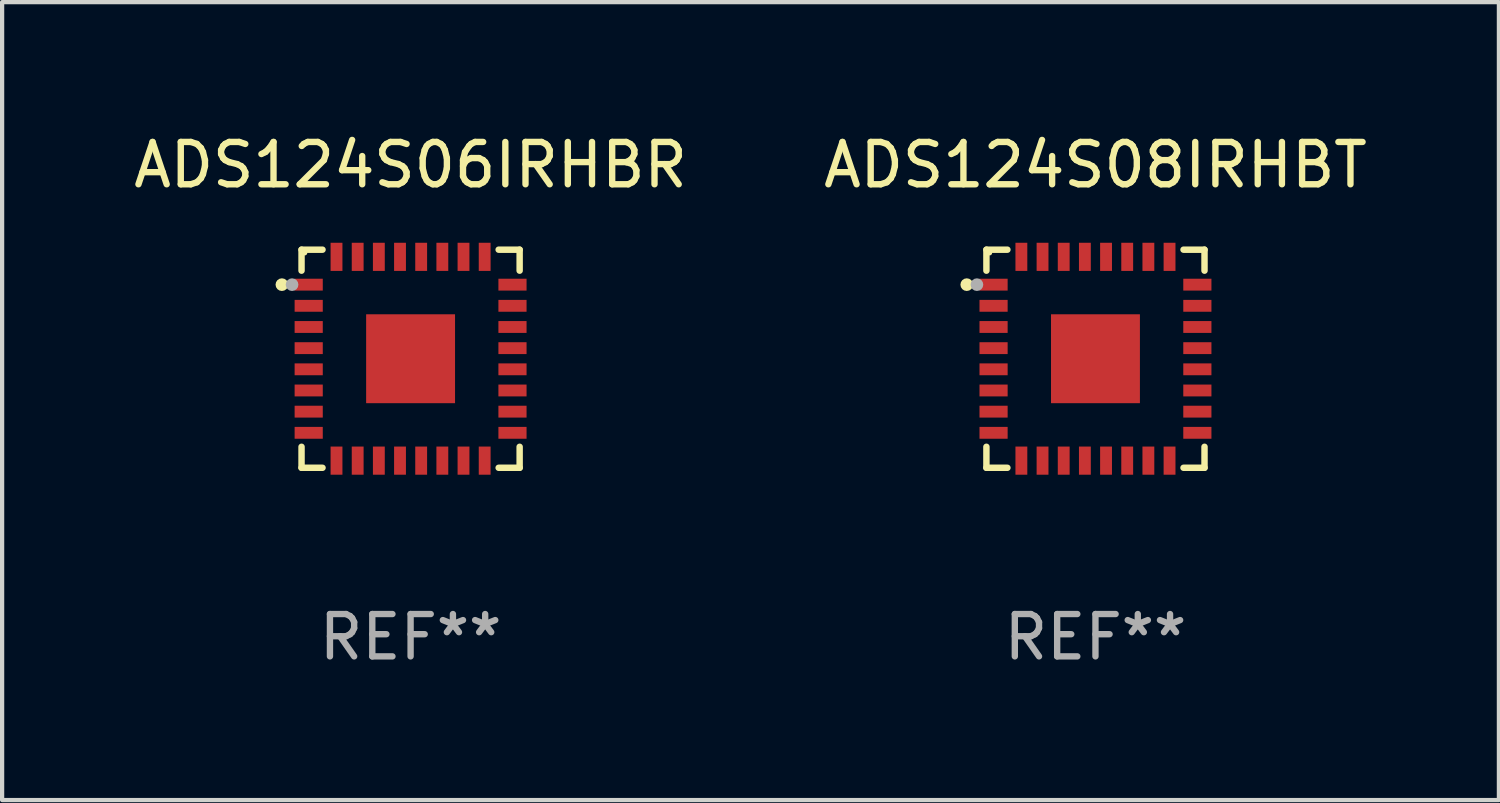
<source format=kicad_pcb>
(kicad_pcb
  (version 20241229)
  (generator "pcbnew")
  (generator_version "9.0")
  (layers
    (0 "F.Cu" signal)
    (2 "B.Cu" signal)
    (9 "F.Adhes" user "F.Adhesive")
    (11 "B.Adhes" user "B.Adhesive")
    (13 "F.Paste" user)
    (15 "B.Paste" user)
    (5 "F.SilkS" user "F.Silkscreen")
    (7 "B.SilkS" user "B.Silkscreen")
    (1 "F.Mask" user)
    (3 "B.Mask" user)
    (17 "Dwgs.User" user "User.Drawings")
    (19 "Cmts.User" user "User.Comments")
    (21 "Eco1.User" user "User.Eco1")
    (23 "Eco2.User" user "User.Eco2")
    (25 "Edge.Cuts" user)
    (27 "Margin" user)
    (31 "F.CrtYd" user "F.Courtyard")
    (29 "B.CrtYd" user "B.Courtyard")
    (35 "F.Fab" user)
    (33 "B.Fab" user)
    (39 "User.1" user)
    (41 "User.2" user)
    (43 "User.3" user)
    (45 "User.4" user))
  (footprint "ADS124S06IRHBR"
    (layer "F.Cu")
    (at 6.649 5.424)
    (property "Reference" "ADS124S06IRHBR" (at 0 -4.576 0) (layer "F.SilkS") (effects (font (size 1 1) (thickness 0.15))))
    (attr through_hole)
    (fp_line (start -2.576 -2.576) (end -2.576 -2.08) (stroke (width 0.152) (type solid)) (layer "F.SilkS"))
    (fp_line (start -2.576 2.576) (end -2.576 2.08) (stroke (width 0.152) (type solid)) (layer "F.SilkS"))
    (fp_line (start -2.08 -2.576) (end -2.576 -2.576) (stroke (width 0.152) (type solid)) (layer "F.SilkS"))
    (fp_line (start -2.08 2.576) (end -2.576 2.576) (stroke (width 0.152) (type solid)) (layer "F.SilkS"))
    (fp_line (start 2.08 -2.576) (end 2.576 -2.576) (stroke (width 0.152) (type solid)) (layer "F.SilkS"))
    (fp_line (start 2.08 2.576) (end 2.576 2.576) (stroke (width 0.152) (type solid)) (layer "F.SilkS"))
    (fp_line (start 2.576 -2.576) (end 2.576 -2.08) (stroke (width 0.152) (type solid)) (layer "F.SilkS"))
    (fp_line (start 2.576 2.576) (end 2.576 2.08) (stroke (width 0.152) (type solid)) (layer "F.SilkS"))
    (fp_circle (center -3.04 -1.75) (end -2.965 -1.75) (stroke (width 0.15) (type solid)) (fill no) (layer "F.SilkS"))
    (fp_circle (center -2.5 -2.5) (end -2.47 -2.5) (stroke (width 0.06) (type solid)) (fill no) (layer "F.SilkS"))
    (fp_circle (center -2.8 -1.75) (end -2.725 -1.75) (stroke (width 0.15) (type solid)) (fill no) (layer "F.Fab"))
    (fp_text user "REF**" (at 0 6.576 0) (layer "F.Fab") (effects (font (size 1 1) (thickness 0.15))))
    (pad "1" smd rect (at -2.407 -1.75) (size 0.665 0.28) (layers "F.Cu" "F.Mask" "F.Paste"))
    (pad "2" smd rect (at -2.407 -1.25) (size 0.665 0.28) (layers "F.Cu" "F.Mask" "F.Paste"))
    (pad "3" smd rect (at -2.407 -0.75) (size 0.665 0.28) (layers "F.Cu" "F.Mask" "F.Paste"))
    (pad "4" smd rect (at -2.407 -0.25) (size 0.665 0.28) (layers "F.Cu" "F.Mask" "F.Paste"))
    (pad "5" smd rect (at -2.407 0.25) (size 0.665 0.28) (layers "F.Cu" "F.Mask" "F.Paste"))
    (pad "6" smd rect (at -2.407 0.75) (size 0.665 0.28) (layers "F.Cu" "F.Mask" "F.Paste"))
    (pad "7" smd rect (at -2.407 1.25) (size 0.665 0.28) (layers "F.Cu" "F.Mask" "F.Paste"))
    (pad "8" smd rect (at -2.407 1.75) (size 0.665 0.28) (layers "F.Cu" "F.Mask" "F.Paste"))
    (pad "9" smd rect (at -1.75 2.407) (size 0.28 0.665) (layers "F.Cu" "F.Mask" "F.Paste"))
    (pad "10" smd rect (at -1.25 2.407) (size 0.28 0.665) (layers "F.Cu" "F.Mask" "F.Paste"))
    (pad "11" smd rect (at -0.75 2.407) (size 0.28 0.665) (layers "F.Cu" "F.Mask" "F.Paste"))
    (pad "12" smd rect (at -0.25 2.407) (size 0.28 0.665) (layers "F.Cu" "F.Mask" "F.Paste"))
    (pad "13" smd rect (at 0.25 2.407) (size 0.28 0.665) (layers "F.Cu" "F.Mask" "F.Paste"))
    (pad "14" smd rect (at 0.75 2.407) (size 0.28 0.665) (layers "F.Cu" "F.Mask" "F.Paste"))
    (pad "15" smd rect (at 1.25 2.407) (size 0.28 0.665) (layers "F.Cu" "F.Mask" "F.Paste"))
    (pad "16" smd rect (at 1.75 2.407) (size 0.28 0.665) (layers "F.Cu" "F.Mask" "F.Paste"))
    (pad "17" smd rect (at 2.407 1.75) (size 0.665 0.28) (layers "F.Cu" "F.Mask" "F.Paste"))
    (pad "18" smd rect (at 2.407 1.25) (size 0.665 0.28) (layers "F.Cu" "F.Mask" "F.Paste"))
    (pad "19" smd rect (at 2.407 0.75) (size 0.665 0.28) (layers "F.Cu" "F.Mask" "F.Paste"))
    (pad "20" smd rect (at 2.407 0.25) (size 0.665 0.28) (layers "F.Cu" "F.Mask" "F.Paste"))
    (pad "21" smd rect (at 2.407 -0.25) (size 0.665 0.28) (layers "F.Cu" "F.Mask" "F.Paste"))
    (pad "22" smd rect (at 2.407 -0.75) (size 0.665 0.28) (layers "F.Cu" "F.Mask" "F.Paste"))
    (pad "23" smd rect (at 2.407 -1.25) (size 0.665 0.28) (layers "F.Cu" "F.Mask" "F.Paste"))
    (pad "24" smd rect (at 2.407 -1.75) (size 0.665 0.28) (layers "F.Cu" "F.Mask" "F.Paste"))
    (pad "25" smd rect (at 1.75 -2.407) (size 0.28 0.665) (layers "F.Cu" "F.Mask" "F.Paste"))
    (pad "26" smd rect (at 1.25 -2.407) (size 0.28 0.665) (layers "F.Cu" "F.Mask" "F.Paste"))
    (pad "27" smd rect (at 0.75 -2.407) (size 0.28 0.665) (layers "F.Cu" "F.Mask" "F.Paste"))
    (pad "28" smd rect (at 0.25 -2.407) (size 0.28 0.665) (layers "F.Cu" "F.Mask" "F.Paste"))
    (pad "29" smd rect (at -0.25 -2.407) (size 0.28 0.665) (layers "F.Cu" "F.Mask" "F.Paste"))
    (pad "30" smd rect (at -0.75 -2.407) (size 0.28 0.665) (layers "F.Cu" "F.Mask" "F.Paste"))
    (pad "31" smd rect (at -1.25 -2.407) (size 0.28 0.665) (layers "F.Cu" "F.Mask" "F.Paste"))
    (pad "32" smd rect (at -1.75 -2.407) (size 0.28 0.665) (layers "F.Cu" "F.Mask" "F.Paste"))
    (pad "33" smd rect (at 0 0) (size 2.1 2.1) (layers "F.Cu" "F.Mask" "F.Paste")))
  (footprint "ADS124S08IRHBT"
    (layer "F.Cu")
    (at 22.827 5.424)
    (property "Reference" "ADS124S08IRHBT" (at 0 -4.576 0) (layer "F.SilkS") (effects (font (size 1 1) (thickness 0.15))))
    (attr through_hole)
    (fp_line (start -2.576 -2.576) (end -2.576 -2.08) (stroke (width 0.152) (type solid)) (layer "F.SilkS"))
    (fp_line (start -2.576 2.576) (end -2.576 2.08) (stroke (width 0.152) (type solid)) (layer "F.SilkS"))
    (fp_line (start -2.08 -2.576) (end -2.576 -2.576) (stroke (width 0.152) (type solid)) (layer "F.SilkS"))
    (fp_line (start -2.08 2.576) (end -2.576 2.576) (stroke (width 0.152) (type solid)) (layer "F.SilkS"))
    (fp_line (start 2.08 -2.576) (end 2.576 -2.576) (stroke (width 0.152) (type solid)) (layer "F.SilkS"))
    (fp_line (start 2.08 2.576) (end 2.576 2.576) (stroke (width 0.152) (type solid)) (layer "F.SilkS"))
    (fp_line (start 2.576 -2.576) (end 2.576 -2.08) (stroke (width 0.152) (type solid)) (layer "F.SilkS"))
    (fp_line (start 2.576 2.576) (end 2.576 2.08) (stroke (width 0.152) (type solid)) (layer "F.SilkS"))
    (fp_circle (center -3.04 -1.75) (end -2.965 -1.75) (stroke (width 0.15) (type solid)) (fill no) (layer "F.SilkS"))
    (fp_circle (center -2.5 -2.5) (end -2.47 -2.5) (stroke (width 0.06) (type solid)) (fill no) (layer "F.SilkS"))
    (fp_circle (center -2.8 -1.75) (end -2.725 -1.75) (stroke (width 0.15) (type solid)) (fill no) (layer "F.Fab"))
    (fp_text user "REF**" (at 0 6.576 0) (layer "F.Fab") (effects (font (size 1 1) (thickness 0.15))))
    (pad "1" smd rect (at -2.407 -1.75) (size 0.665 0.28) (layers "F.Cu" "F.Mask" "F.Paste"))
    (pad "2" smd rect (at -2.407 -1.25) (size 0.665 0.28) (layers "F.Cu" "F.Mask" "F.Paste"))
    (pad "3" smd rect (at -2.407 -0.75) (size 0.665 0.28) (layers "F.Cu" "F.Mask" "F.Paste"))
    (pad "4" smd rect (at -2.407 -0.25) (size 0.665 0.28) (layers "F.Cu" "F.Mask" "F.Paste"))
    (pad "5" smd rect (at -2.407 0.25) (size 0.665 0.28) (layers "F.Cu" "F.Mask" "F.Paste"))
    (pad "6" smd rect (at -2.407 0.75) (size 0.665 0.28) (layers "F.Cu" "F.Mask" "F.Paste"))
    (pad "7" smd rect (at -2.407 1.25) (size 0.665 0.28) (layers "F.Cu" "F.Mask" "F.Paste"))
    (pad "8" smd rect (at -2.407 1.75) (size 0.665 0.28) (layers "F.Cu" "F.Mask" "F.Paste"))
    (pad "9" smd rect (at -1.75 2.407) (size 0.28 0.665) (layers "F.Cu" "F.Mask" "F.Paste"))
    (pad "10" smd rect (at -1.25 2.407) (size 0.28 0.665) (layers "F.Cu" "F.Mask" "F.Paste"))
    (pad "11" smd rect (at -0.75 2.407) (size 0.28 0.665) (layers "F.Cu" "F.Mask" "F.Paste"))
    (pad "12" smd rect (at -0.25 2.407) (size 0.28 0.665) (layers "F.Cu" "F.Mask" "F.Paste"))
    (pad "13" smd rect (at 0.25 2.407) (size 0.28 0.665) (layers "F.Cu" "F.Mask" "F.Paste"))
    (pad "14" smd rect (at 0.75 2.407) (size 0.28 0.665) (layers "F.Cu" "F.Mask" "F.Paste"))
    (pad "15" smd rect (at 1.25 2.407) (size 0.28 0.665) (layers "F.Cu" "F.Mask" "F.Paste"))
    (pad "16" smd rect (at 1.75 2.407) (size 0.28 0.665) (layers "F.Cu" "F.Mask" "F.Paste"))
    (pad "17" smd rect (at 2.407 1.75) (size 0.665 0.28) (layers "F.Cu" "F.Mask" "F.Paste"))
    (pad "18" smd rect (at 2.407 1.25) (size 0.665 0.28) (layers "F.Cu" "F.Mask" "F.Paste"))
    (pad "19" smd rect (at 2.407 0.75) (size 0.665 0.28) (layers "F.Cu" "F.Mask" "F.Paste"))
    (pad "20" smd rect (at 2.407 0.25) (size 0.665 0.28) (layers "F.Cu" "F.Mask" "F.Paste"))
    (pad "21" smd rect (at 2.407 -0.25) (size 0.665 0.28) (layers "F.Cu" "F.Mask" "F.Paste"))
    (pad "22" smd rect (at 2.407 -0.75) (size 0.665 0.28) (layers "F.Cu" "F.Mask" "F.Paste"))
    (pad "23" smd rect (at 2.407 -1.25) (size 0.665 0.28) (layers "F.Cu" "F.Mask" "F.Paste"))
    (pad "24" smd rect (at 2.407 -1.75) (size 0.665 0.28) (layers "F.Cu" "F.Mask" "F.Paste"))
    (pad "25" smd rect (at 1.75 -2.407) (size 0.28 0.665) (layers "F.Cu" "F.Mask" "F.Paste"))
    (pad "26" smd rect (at 1.25 -2.407) (size 0.28 0.665) (layers "F.Cu" "F.Mask" "F.Paste"))
    (pad "27" smd rect (at 0.75 -2.407) (size 0.28 0.665) (layers "F.Cu" "F.Mask" "F.Paste"))
    (pad "28" smd rect (at 0.25 -2.407) (size 0.28 0.665) (layers "F.Cu" "F.Mask" "F.Paste"))
    (pad "29" smd rect (at -0.25 -2.407) (size 0.28 0.665) (layers "F.Cu" "F.Mask" "F.Paste"))
    (pad "30" smd rect (at -0.75 -2.407) (size 0.28 0.665) (layers "F.Cu" "F.Mask" "F.Paste"))
    (pad "31" smd rect (at -1.25 -2.407) (size 0.28 0.665) (layers "F.Cu" "F.Mask" "F.Paste"))
    (pad "32" smd rect (at -1.75 -2.407) (size 0.28 0.665) (layers "F.Cu" "F.Mask" "F.Paste"))
    (pad "33" smd rect (at 0 0) (size 2.1 2.1) (layers "F.Cu" "F.Mask" "F.Paste")))
  (gr_rect
    (start -3 -3)
    (end 32.357 15.849)
    (stroke (width 0.1) (type default))
    (fill no)
    (layer "Edge.Cuts")))
</source>
